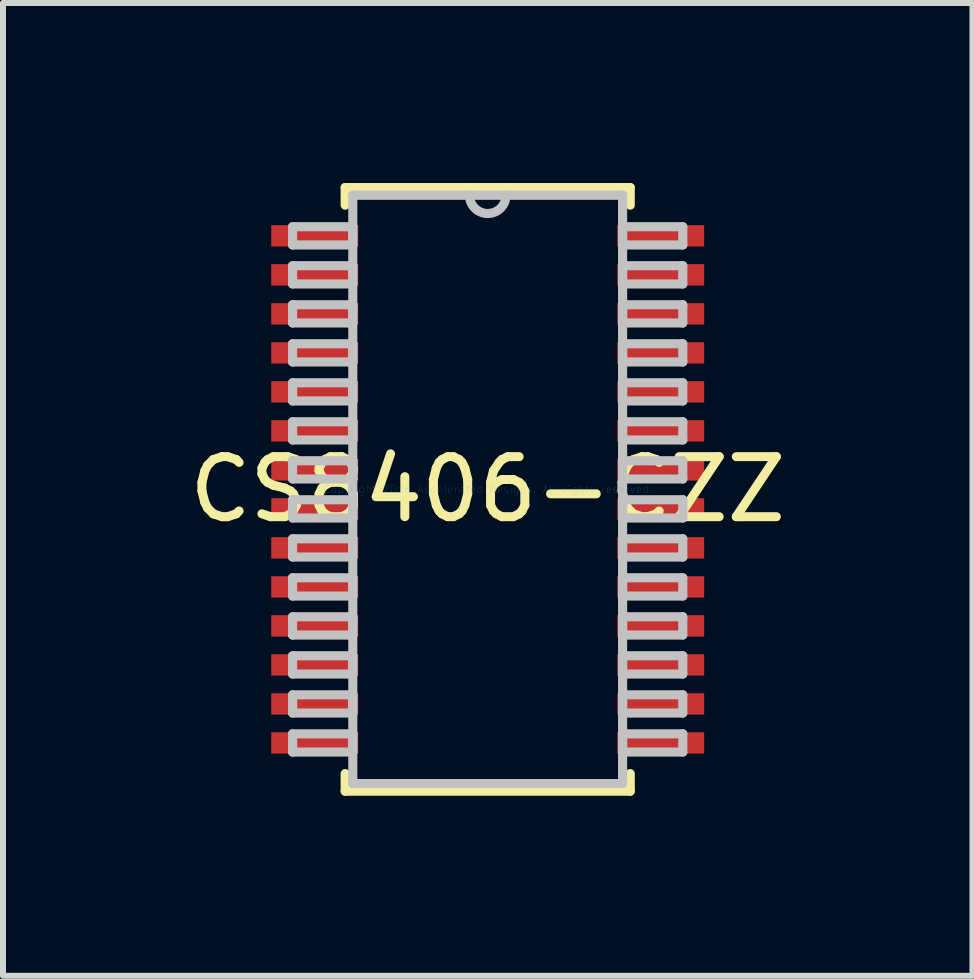
<source format=kicad_pcb>
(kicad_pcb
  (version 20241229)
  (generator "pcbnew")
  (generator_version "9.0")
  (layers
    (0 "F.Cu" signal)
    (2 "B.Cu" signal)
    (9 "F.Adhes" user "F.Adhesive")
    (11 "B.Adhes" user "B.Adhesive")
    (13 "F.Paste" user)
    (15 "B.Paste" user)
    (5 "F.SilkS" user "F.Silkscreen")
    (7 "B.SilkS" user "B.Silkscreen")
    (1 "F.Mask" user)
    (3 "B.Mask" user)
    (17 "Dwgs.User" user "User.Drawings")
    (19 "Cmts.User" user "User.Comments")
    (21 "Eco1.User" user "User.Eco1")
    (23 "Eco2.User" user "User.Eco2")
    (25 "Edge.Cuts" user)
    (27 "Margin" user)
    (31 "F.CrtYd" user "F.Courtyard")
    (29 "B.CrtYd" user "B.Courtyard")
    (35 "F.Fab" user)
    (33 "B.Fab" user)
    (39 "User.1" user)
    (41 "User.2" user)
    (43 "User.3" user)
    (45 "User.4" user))
  (footprint "CS8406-CZZ"
    (layer "F.Cu")
    (at 5.077 5.105)
    (property "Reference" "CS8406-CZZ" (at 0 0 0) (layer "F.SilkS") (effects (font (size 1 1) (thickness 0.15))))
    (attr through_hole)
    (fp_line (start -2.375 -5.029) (end -2.375 -4.736) (stroke (width 0.152) (type solid)) (layer "F.SilkS"))
    (fp_line (start -2.375 4.736) (end -2.375 5.029) (stroke (width 0.152) (type solid)) (layer "F.SilkS"))
    (fp_line (start -2.375 5.029) (end 2.375 5.029) (stroke (width 0.152) (type solid)) (layer "F.SilkS"))
    (fp_line (start 2.375 -5.029) (end -2.375 -5.029) (stroke (width 0.152) (type solid)) (layer "F.SilkS"))
    (fp_line (start 2.375 -4.736) (end 2.375 -5.029) (stroke (width 0.152) (type solid)) (layer "F.SilkS"))
    (fp_line (start 2.375 5.029) (end 2.375 4.736) (stroke (width 0.152) (type solid)) (layer "F.SilkS"))
    (fp_line (start -3.251 -4.377) (end -3.251 -4.073) (stroke (width 0.152) (type solid)) (layer "Dwgs.User"))
    (fp_line (start -3.251 -4.073) (end -2.248 -4.073) (stroke (width 0.152) (type solid)) (layer "Dwgs.User"))
    (fp_line (start -3.251 -3.727) (end -3.251 -3.423) (stroke (width 0.152) (type solid)) (layer "Dwgs.User"))
    (fp_line (start -3.251 -3.423) (end -2.248 -3.423) (stroke (width 0.152) (type solid)) (layer "Dwgs.User"))
    (fp_line (start -3.251 -3.077) (end -3.251 -2.773) (stroke (width 0.152) (type solid)) (layer "Dwgs.User"))
    (fp_line (start -3.251 -2.773) (end -2.248 -2.773) (stroke (width 0.152) (type solid)) (layer "Dwgs.User"))
    (fp_line (start -3.251 -2.427) (end -3.251 -2.123) (stroke (width 0.152) (type solid)) (layer "Dwgs.User"))
    (fp_line (start -3.251 -2.123) (end -2.248 -2.123) (stroke (width 0.152) (type solid)) (layer "Dwgs.User"))
    (fp_line (start -3.251 -1.777) (end -3.251 -1.473) (stroke (width 0.152) (type solid)) (layer "Dwgs.User"))
    (fp_line (start -3.251 -1.473) (end -2.248 -1.473) (stroke (width 0.152) (type solid)) (layer "Dwgs.User"))
    (fp_line (start -3.251 -1.127) (end -3.251 -0.823) (stroke (width 0.152) (type solid)) (layer "Dwgs.User"))
    (fp_line (start -3.251 -0.823) (end -2.248 -0.823) (stroke (width 0.152) (type solid)) (layer "Dwgs.User"))
    (fp_line (start -3.251 -0.477) (end -3.251 -0.173) (stroke (width 0.152) (type solid)) (layer "Dwgs.User"))
    (fp_line (start -3.251 -0.173) (end -2.248 -0.173) (stroke (width 0.152) (type solid)) (layer "Dwgs.User"))
    (fp_line (start -3.251 0.173) (end -3.251 0.477) (stroke (width 0.152) (type solid)) (layer "Dwgs.User"))
    (fp_line (start -3.251 0.477) (end -2.248 0.477) (stroke (width 0.152) (type solid)) (layer "Dwgs.User"))
    (fp_line (start -3.251 0.823) (end -3.251 1.127) (stroke (width 0.152) (type solid)) (layer "Dwgs.User"))
    (fp_line (start -3.251 1.127) (end -2.248 1.127) (stroke (width 0.152) (type solid)) (layer "Dwgs.User"))
    (fp_line (start -3.251 1.473) (end -3.251 1.777) (stroke (width 0.152) (type solid)) (layer "Dwgs.User"))
    (fp_line (start -3.251 1.777) (end -2.248 1.777) (stroke (width 0.152) (type solid)) (layer "Dwgs.User"))
    (fp_line (start -3.251 2.123) (end -3.251 2.427) (stroke (width 0.152) (type solid)) (layer "Dwgs.User"))
    (fp_line (start -3.251 2.427) (end -2.248 2.427) (stroke (width 0.152) (type solid)) (layer "Dwgs.User"))
    (fp_line (start -3.251 2.773) (end -3.251 3.077) (stroke (width 0.152) (type solid)) (layer "Dwgs.User"))
    (fp_line (start -3.251 3.077) (end -2.248 3.077) (stroke (width 0.152) (type solid)) (layer "Dwgs.User"))
    (fp_line (start -3.251 3.423) (end -3.251 3.727) (stroke (width 0.152) (type solid)) (layer "Dwgs.User"))
    (fp_line (start -3.251 3.727) (end -2.248 3.727) (stroke (width 0.152) (type solid)) (layer "Dwgs.User"))
    (fp_line (start -3.251 4.073) (end -3.251 4.377) (stroke (width 0.152) (type solid)) (layer "Dwgs.User"))
    (fp_line (start -3.251 4.377) (end -2.248 4.377) (stroke (width 0.152) (type solid)) (layer "Dwgs.User"))
    (fp_line (start -2.248 -4.902) (end -2.248 4.902) (stroke (width 0.152) (type solid)) (layer "Dwgs.User"))
    (fp_line (start -2.248 -4.377) (end -3.251 -4.377) (stroke (width 0.152) (type solid)) (layer "Dwgs.User"))
    (fp_line (start -2.248 -4.073) (end -2.248 -4.377) (stroke (width 0.152) (type solid)) (layer "Dwgs.User"))
    (fp_line (start -2.248 -3.727) (end -3.251 -3.727) (stroke (width 0.152) (type solid)) (layer "Dwgs.User"))
    (fp_line (start -2.248 -3.423) (end -2.248 -3.727) (stroke (width 0.152) (type solid)) (layer "Dwgs.User"))
    (fp_line (start -2.248 -3.077) (end -3.251 -3.077) (stroke (width 0.152) (type solid)) (layer "Dwgs.User"))
    (fp_line (start -2.248 -2.773) (end -2.248 -3.077) (stroke (width 0.152) (type solid)) (layer "Dwgs.User"))
    (fp_line (start -2.248 -2.427) (end -3.251 -2.427) (stroke (width 0.152) (type solid)) (layer "Dwgs.User"))
    (fp_line (start -2.248 -2.123) (end -2.248 -2.427) (stroke (width 0.152) (type solid)) (layer "Dwgs.User"))
    (fp_line (start -2.248 -1.777) (end -3.251 -1.777) (stroke (width 0.152) (type solid)) (layer "Dwgs.User"))
    (fp_line (start -2.248 -1.473) (end -2.248 -1.777) (stroke (width 0.152) (type solid)) (layer "Dwgs.User"))
    (fp_line (start -2.248 -1.127) (end -3.251 -1.127) (stroke (width 0.152) (type solid)) (layer "Dwgs.User"))
    (fp_line (start -2.248 -0.823) (end -2.248 -1.127) (stroke (width 0.152) (type solid)) (layer "Dwgs.User"))
    (fp_line (start -2.248 -0.477) (end -3.251 -0.477) (stroke (width 0.152) (type solid)) (layer "Dwgs.User"))
    (fp_line (start -2.248 -0.173) (end -2.248 -0.477) (stroke (width 0.152) (type solid)) (layer "Dwgs.User"))
    (fp_line (start -2.248 0.173) (end -3.251 0.173) (stroke (width 0.152) (type solid)) (layer "Dwgs.User"))
    (fp_line (start -2.248 0.477) (end -2.248 0.173) (stroke (width 0.152) (type solid)) (layer "Dwgs.User"))
    (fp_line (start -2.248 0.823) (end -3.251 0.823) (stroke (width 0.152) (type solid)) (layer "Dwgs.User"))
    (fp_line (start -2.248 1.127) (end -2.248 0.823) (stroke (width 0.152) (type solid)) (layer "Dwgs.User"))
    (fp_line (start -2.248 1.473) (end -3.251 1.473) (stroke (width 0.152) (type solid)) (layer "Dwgs.User"))
    (fp_line (start -2.248 1.777) (end -2.248 1.473) (stroke (width 0.152) (type solid)) (layer "Dwgs.User"))
    (fp_line (start -2.248 2.123) (end -3.251 2.123) (stroke (width 0.152) (type solid)) (layer "Dwgs.User"))
    (fp_line (start -2.248 2.427) (end -2.248 2.123) (stroke (width 0.152) (type solid)) (layer "Dwgs.User"))
    (fp_line (start -2.248 2.773) (end -3.251 2.773) (stroke (width 0.152) (type solid)) (layer "Dwgs.User"))
    (fp_line (start -2.248 3.077) (end -2.248 2.773) (stroke (width 0.152) (type solid)) (layer "Dwgs.User"))
    (fp_line (start -2.248 3.423) (end -3.251 3.423) (stroke (width 0.152) (type solid)) (layer "Dwgs.User"))
    (fp_line (start -2.248 3.727) (end -2.248 3.423) (stroke (width 0.152) (type solid)) (layer "Dwgs.User"))
    (fp_line (start -2.248 4.073) (end -3.251 4.073) (stroke (width 0.152) (type solid)) (layer "Dwgs.User"))
    (fp_line (start -2.248 4.377) (end -2.248 4.073) (stroke (width 0.152) (type solid)) (layer "Dwgs.User"))
    (fp_line (start -2.248 4.902) (end 2.248 4.902) (stroke (width 0.152) (type solid)) (layer "Dwgs.User"))
    (fp_line (start 2.248 -4.902) (end -2.248 -4.902) (stroke (width 0.152) (type solid)) (layer "Dwgs.User"))
    (fp_line (start 2.248 -4.377) (end 2.248 -4.073) (stroke (width 0.152) (type solid)) (layer "Dwgs.User"))
    (fp_line (start 2.248 -4.073) (end 3.251 -4.073) (stroke (width 0.152) (type solid)) (layer "Dwgs.User"))
    (fp_line (start 2.248 -3.727) (end 2.248 -3.423) (stroke (width 0.152) (type solid)) (layer "Dwgs.User"))
    (fp_line (start 2.248 -3.423) (end 3.251 -3.423) (stroke (width 0.152) (type solid)) (layer "Dwgs.User"))
    (fp_line (start 2.248 -3.077) (end 2.248 -2.773) (stroke (width 0.152) (type solid)) (layer "Dwgs.User"))
    (fp_line (start 2.248 -2.773) (end 3.251 -2.773) (stroke (width 0.152) (type solid)) (layer "Dwgs.User"))
    (fp_line (start 2.248 -2.427) (end 2.248 -2.123) (stroke (width 0.152) (type solid)) (layer "Dwgs.User"))
    (fp_line (start 2.248 -2.123) (end 3.251 -2.123) (stroke (width 0.152) (type solid)) (layer "Dwgs.User"))
    (fp_line (start 2.248 -1.777) (end 2.248 -1.473) (stroke (width 0.152) (type solid)) (layer "Dwgs.User"))
    (fp_line (start 2.248 -1.473) (end 3.251 -1.473) (stroke (width 0.152) (type solid)) (layer "Dwgs.User"))
    (fp_line (start 2.248 -1.127) (end 2.248 -0.823) (stroke (width 0.152) (type solid)) (layer "Dwgs.User"))
    (fp_line (start 2.248 -0.823) (end 3.251 -0.823) (stroke (width 0.152) (type solid)) (layer "Dwgs.User"))
    (fp_line (start 2.248 -0.477) (end 2.248 -0.173) (stroke (width 0.152) (type solid)) (layer "Dwgs.User"))
    (fp_line (start 2.248 -0.173) (end 3.251 -0.173) (stroke (width 0.152) (type solid)) (layer "Dwgs.User"))
    (fp_line (start 2.248 0.173) (end 2.248 0.477) (stroke (width 0.152) (type solid)) (layer "Dwgs.User"))
    (fp_line (start 2.248 0.477) (end 3.251 0.477) (stroke (width 0.152) (type solid)) (layer "Dwgs.User"))
    (fp_line (start 2.248 0.823) (end 2.248 1.127) (stroke (width 0.152) (type solid)) (layer "Dwgs.User"))
    (fp_line (start 2.248 1.127) (end 3.251 1.127) (stroke (width 0.152) (type solid)) (layer "Dwgs.User"))
    (fp_line (start 2.248 1.473) (end 2.248 1.777) (stroke (width 0.152) (type solid)) (layer "Dwgs.User"))
    (fp_line (start 2.248 1.777) (end 3.251 1.777) (stroke (width 0.152) (type solid)) (layer "Dwgs.User"))
    (fp_line (start 2.248 2.123) (end 2.248 2.427) (stroke (width 0.152) (type solid)) (layer "Dwgs.User"))
    (fp_line (start 2.248 2.427) (end 3.251 2.427) (stroke (width 0.152) (type solid)) (layer "Dwgs.User"))
    (fp_line (start 2.248 2.773) (end 2.248 3.077) (stroke (width 0.152) (type solid)) (layer "Dwgs.User"))
    (fp_line (start 2.248 3.077) (end 3.251 3.077) (stroke (width 0.152) (type solid)) (layer "Dwgs.User"))
    (fp_line (start 2.248 3.423) (end 2.248 3.727) (stroke (width 0.152) (type solid)) (layer "Dwgs.User"))
    (fp_line (start 2.248 3.727) (end 3.251 3.727) (stroke (width 0.152) (type solid)) (layer "Dwgs.User"))
    (fp_line (start 2.248 4.073) (end 2.248 4.377) (stroke (width 0.152) (type solid)) (layer "Dwgs.User"))
    (fp_line (start 2.248 4.377) (end 3.251 4.377) (stroke (width 0.152) (type solid)) (layer "Dwgs.User"))
    (fp_line (start 2.248 4.902) (end 2.248 -4.902) (stroke (width 0.152) (type solid)) (layer "Dwgs.User"))
    (fp_line (start 3.251 -4.377) (end 2.248 -4.377) (stroke (width 0.152) (type solid)) (layer "Dwgs.User"))
    (fp_line (start 3.251 -4.073) (end 3.251 -4.377) (stroke (width 0.152) (type solid)) (layer "Dwgs.User"))
    (fp_line (start 3.251 -3.727) (end 2.248 -3.727) (stroke (width 0.152) (type solid)) (layer "Dwgs.User"))
    (fp_line (start 3.251 -3.423) (end 3.251 -3.727) (stroke (width 0.152) (type solid)) (layer "Dwgs.User"))
    (fp_line (start 3.251 -3.077) (end 2.248 -3.077) (stroke (width 0.152) (type solid)) (layer "Dwgs.User"))
    (fp_line (start 3.251 -2.773) (end 3.251 -3.077) (stroke (width 0.152) (type solid)) (layer "Dwgs.User"))
    (fp_line (start 3.251 -2.427) (end 2.248 -2.427) (stroke (width 0.152) (type solid)) (layer "Dwgs.User"))
    (fp_line (start 3.251 -2.123) (end 3.251 -2.427) (stroke (width 0.152) (type solid)) (layer "Dwgs.User"))
    (fp_line (start 3.251 -1.777) (end 2.248 -1.777) (stroke (width 0.152) (type solid)) (layer "Dwgs.User"))
    (fp_line (start 3.251 -1.473) (end 3.251 -1.777) (stroke (width 0.152) (type solid)) (layer "Dwgs.User"))
    (fp_line (start 3.251 -1.127) (end 2.248 -1.127) (stroke (width 0.152) (type solid)) (layer "Dwgs.User"))
    (fp_line (start 3.251 -0.823) (end 3.251 -1.127) (stroke (width 0.152) (type solid)) (layer "Dwgs.User"))
    (fp_line (start 3.251 -0.477) (end 2.248 -0.477) (stroke (width 0.152) (type solid)) (layer "Dwgs.User"))
    (fp_line (start 3.251 -0.173) (end 3.251 -0.477) (stroke (width 0.152) (type solid)) (layer "Dwgs.User"))
    (fp_line (start 3.251 0.173) (end 2.248 0.173) (stroke (width 0.152) (type solid)) (layer "Dwgs.User"))
    (fp_line (start 3.251 0.477) (end 3.251 0.173) (stroke (width 0.152) (type solid)) (layer "Dwgs.User"))
    (fp_line (start 3.251 0.823) (end 2.248 0.823) (stroke (width 0.152) (type solid)) (layer "Dwgs.User"))
    (fp_line (start 3.251 1.127) (end 3.251 0.823) (stroke (width 0.152) (type solid)) (layer "Dwgs.User"))
    (fp_line (start 3.251 1.473) (end 2.248 1.473) (stroke (width 0.152) (type solid)) (layer "Dwgs.User"))
    (fp_line (start 3.251 1.777) (end 3.251 1.473) (stroke (width 0.152) (type solid)) (layer "Dwgs.User"))
    (fp_line (start 3.251 2.123) (end 2.248 2.123) (stroke (width 0.152) (type solid)) (layer "Dwgs.User"))
    (fp_line (start 3.251 2.427) (end 3.251 2.123) (stroke (width 0.152) (type solid)) (layer "Dwgs.User"))
    (fp_line (start 3.251 2.773) (end 2.248 2.773) (stroke (width 0.152) (type solid)) (layer "Dwgs.User"))
    (fp_line (start 3.251 3.077) (end 3.251 2.773) (stroke (width 0.152) (type solid)) (layer "Dwgs.User"))
    (fp_line (start 3.251 3.423) (end 2.248 3.423) (stroke (width 0.152) (type solid)) (layer "Dwgs.User"))
    (fp_line (start 3.251 3.727) (end 3.251 3.423) (stroke (width 0.152) (type solid)) (layer "Dwgs.User"))
    (fp_line (start 3.251 4.073) (end 2.248 4.073) (stroke (width 0.152) (type solid)) (layer "Dwgs.User"))
    (fp_line (start 3.251 4.377) (end 3.251 4.073) (stroke (width 0.152) (type solid)) (layer "Dwgs.User"))
    (fp_arc (start 0.3048 -4.9022) (mid 0 -4.5974) (end -0.3048 -4.9022) (stroke (width 0.1524) (type solid)) (layer "Dwgs.User"))
    (fp_text user "Copyright 2016 Accelerated Designs. All rights reserved." (at 0 0 0) (layer "Cmts.User") (effects (font (size 0.127 0.127) (thickness 0.002))))
    (pad "1" smd rect (at -2.883 -4.225) (size 1.448 0.356) (layers "F.Cu" "F.Mask" "F.Paste"))
    (pad "2" smd rect (at -2.883 -3.575) (size 1.448 0.356) (layers "F.Cu" "F.Mask" "F.Paste"))
    (pad "3" smd rect (at -2.883 -2.925) (size 1.448 0.356) (layers "F.Cu" "F.Mask" "F.Paste"))
    (pad "4" smd rect (at -2.883 -2.275) (size 1.448 0.356) (layers "F.Cu" "F.Mask" "F.Paste"))
    (pad "5" smd rect (at -2.883 -1.625) (size 1.448 0.356) (layers "F.Cu" "F.Mask" "F.Paste"))
    (pad "6" smd rect (at -2.883 -0.975) (size 1.448 0.356) (layers "F.Cu" "F.Mask" "F.Paste"))
    (pad "7" smd rect (at -2.883 -0.325) (size 1.448 0.356) (layers "F.Cu" "F.Mask" "F.Paste"))
    (pad "8" smd rect (at -2.883 0.325) (size 1.448 0.356) (layers "F.Cu" "F.Mask" "F.Paste"))
    (pad "9" smd rect (at -2.883 0.975) (size 1.448 0.356) (layers "F.Cu" "F.Mask" "F.Paste"))
    (pad "10" smd rect (at -2.883 1.625) (size 1.448 0.356) (layers "F.Cu" "F.Mask" "F.Paste"))
    (pad "11" smd rect (at -2.883 2.275) (size 1.448 0.356) (layers "F.Cu" "F.Mask" "F.Paste"))
    (pad "12" smd rect (at -2.883 2.925) (size 1.448 0.356) (layers "F.Cu" "F.Mask" "F.Paste"))
    (pad "13" smd rect (at -2.883 3.575) (size 1.448 0.356) (layers "F.Cu" "F.Mask" "F.Paste"))
    (pad "14" smd rect (at -2.883 4.225) (size 1.448 0.356) (layers "F.Cu" "F.Mask" "F.Paste"))
    (pad "15" smd rect (at 2.883 4.225) (size 1.448 0.356) (layers "F.Cu" "F.Mask" "F.Paste"))
    (pad "16" smd rect (at 2.883 3.575) (size 1.448 0.356) (layers "F.Cu" "F.Mask" "F.Paste"))
    (pad "17" smd rect (at 2.883 2.925) (size 1.448 0.356) (layers "F.Cu" "F.Mask" "F.Paste"))
    (pad "18" smd rect (at 2.883 2.275) (size 1.448 0.356) (layers "F.Cu" "F.Mask" "F.Paste"))
    (pad "19" smd rect (at 2.883 1.625) (size 1.448 0.356) (layers "F.Cu" "F.Mask" "F.Paste"))
    (pad "20" smd rect (at 2.883 0.975) (size 1.448 0.356) (layers "F.Cu" "F.Mask" "F.Paste"))
    (pad "21" smd rect (at 2.883 0.325) (size 1.448 0.356) (layers "F.Cu" "F.Mask" "F.Paste"))
    (pad "22" smd rect (at 2.883 -0.325) (size 1.448 0.356) (layers "F.Cu" "F.Mask" "F.Paste"))
    (pad "23" smd rect (at 2.883 -0.975) (size 1.448 0.356) (layers "F.Cu" "F.Mask" "F.Paste"))
    (pad "24" smd rect (at 2.883 -1.625) (size 1.448 0.356) (layers "F.Cu" "F.Mask" "F.Paste"))
    (pad "25" smd rect (at 2.883 -2.275) (size 1.448 0.356) (layers "F.Cu" "F.Mask" "F.Paste"))
    (pad "26" smd rect (at 2.883 -2.925) (size 1.448 0.356) (layers "F.Cu" "F.Mask" "F.Paste"))
    (pad "27" smd rect (at 2.883 -3.575) (size 1.448 0.356) (layers "F.Cu" "F.Mask" "F.Paste"))
    (pad "28" smd rect (at 2.883 -4.225) (size 1.448 0.356) (layers "F.Cu" "F.Mask" "F.Paste")))
  (gr_rect
    (start -3 -3)
    (end 13.155 13.211)
    (stroke (width 0.1) (type default))
    (fill no)
    (layer "Edge.Cuts")))
</source>
